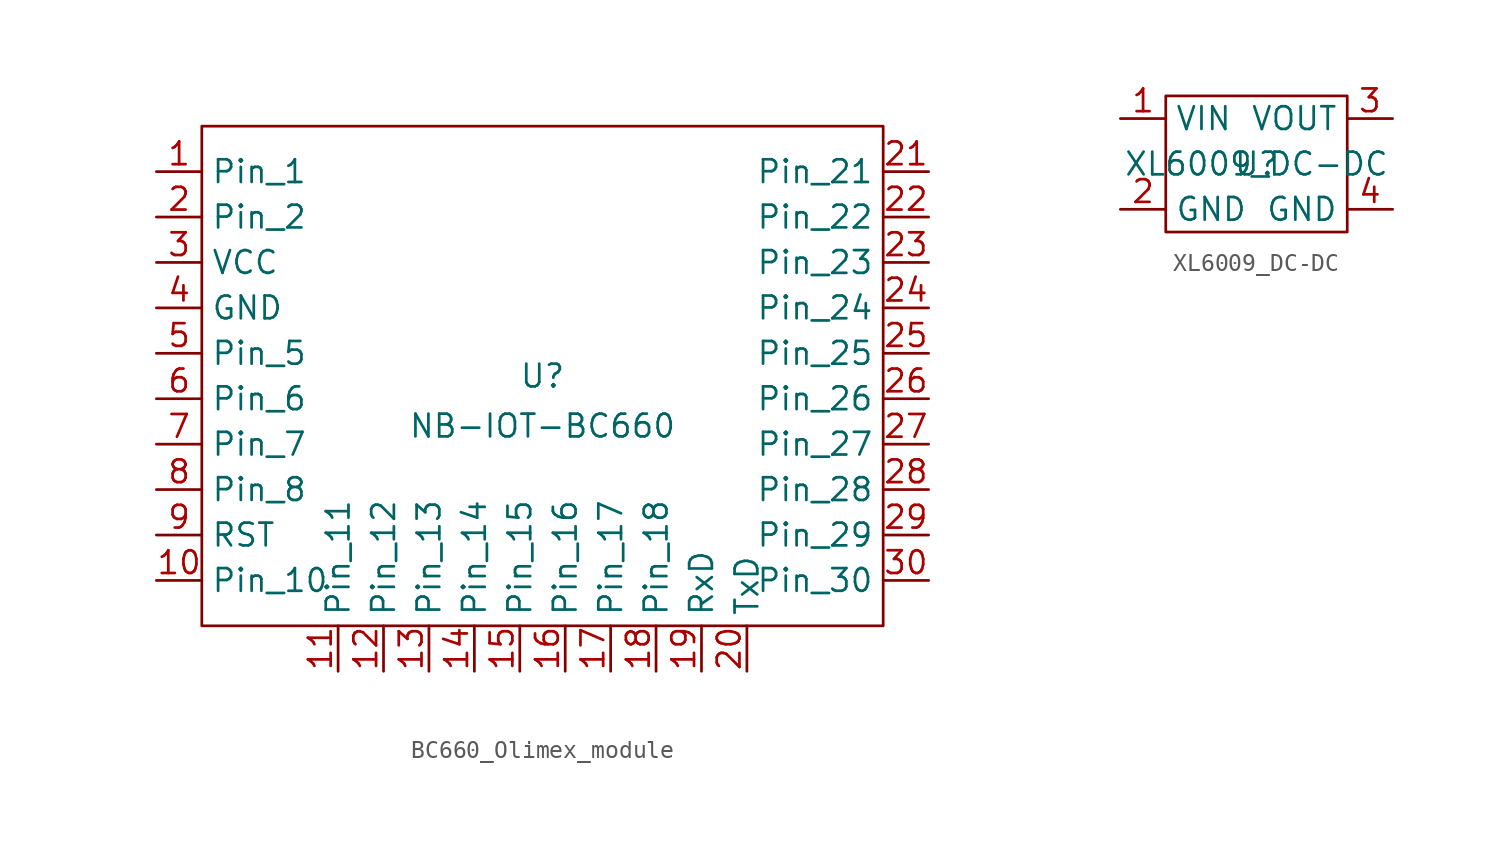
<source format=kicad_sym>
(kicad_symbol_lib
  (version 20231120)
  (generator "kicad_symbol_editor")
  (generator_version "8.0")
  (symbol "BC660_Olimex_module"
    (property "Reference" "U"
      (at 0 0 0)
      (effects (font (size 1.27 1.27))))
    (property "Value" "NB-IOT-BC660"
      (at 0 -2.794 0)
      (effects (font (size 1.27 1.27))))
    (symbol "BC660_Olimex_module_0_1"
      (rectangle (start -19.05 13.97) (end 19.05 -13.97) (stroke (width 0) (type default)) (fill (type none))))
    (symbol "BC660_Olimex_module_1_1"
      (pin input line (at -21.59 11.43 0) (length 2.54) (name "Pin_1" (effects (font (size 1.27 1.27)))) (number "1" (effects (font (size 1.27 1.27)))))
      (pin input line (at -21.59 -11.43 0) (length 2.54) (name "Pin_10" (effects (font (size 1.27 1.27)))) (number "10" (effects (font (size 1.27 1.27)))))
      (pin input line (at -11.43 -16.51 90) (length 2.54) (name "Pin_11" (effects (font (size 1.27 1.27)))) (number "11" (effects (font (size 1.27 1.27)))))
      (pin input line (at -8.89 -16.51 90) (length 2.54) (name "Pin_12" (effects (font (size 1.27 1.27)))) (number "12" (effects (font (size 1.27 1.27)))))
      (pin input line (at -6.35 -16.51 90) (length 2.54) (name "Pin_13" (effects (font (size 1.27 1.27)))) (number "13" (effects (font (size 1.27 1.27)))))
      (pin input line (at -3.81 -16.51 90) (length 2.54) (name "Pin_14" (effects (font (size 1.27 1.27)))) (number "14" (effects (font (size 1.27 1.27)))))
      (pin input line (at -1.27 -16.51 90) (length 2.54) (name "Pin_15" (effects (font (size 1.27 1.27)))) (number "15" (effects (font (size 1.27 1.27)))))
      (pin input line (at 1.27 -16.51 90) (length 2.54) (name "Pin_16" (effects (font (size 1.27 1.27)))) (number "16" (effects (font (size 1.27 1.27)))))
      (pin input line (at 3.81 -16.51 90) (length 2.54) (name "Pin_17" (effects (font (size 1.27 1.27)))) (number "17" (effects (font (size 1.27 1.27)))))
      (pin input line (at 6.35 -16.51 90) (length 2.54) (name "Pin_18" (effects (font (size 1.27 1.27)))) (number "18" (effects (font (size 1.27 1.27)))))
      (pin input line (at 8.89 -16.51 90) (length 2.54) (name "RxD" (effects (font (size 1.27 1.27)))) (number "19" (effects (font (size 1.27 1.27)))))
      (pin input line (at -21.59 8.89 0) (length 2.54) (name "Pin_2" (effects (font (size 1.27 1.27)))) (number "2" (effects (font (size 1.27 1.27)))))
      (pin output line (at 11.43 -16.51 90) (length 2.54) (name "TxD" (effects (font (size 1.27 1.27)))) (number "20" (effects (font (size 1.27 1.27)))))
      (pin input line (at 21.59 11.43 180) (length 2.54) (name "Pin_21" (effects (font (size 1.27 1.27)))) (number "21" (effects (font (size 1.27 1.27)))))
      (pin input line (at 21.59 8.89 180) (length 2.54) (name "Pin_22" (effects (font (size 1.27 1.27)))) (number "22" (effects (font (size 1.27 1.27)))))
      (pin input line (at 21.59 6.35 180) (length 2.54) (name "Pin_23" (effects (font (size 1.27 1.27)))) (number "23" (effects (font (size 1.27 1.27)))))
      (pin input line (at 21.59 3.81 180) (length 2.54) (name "Pin_24" (effects (font (size 1.27 1.27)))) (number "24" (effects (font (size 1.27 1.27)))))
      (pin input line (at 21.59 1.27 180) (length 2.54) (name "Pin_25" (effects (font (size 1.27 1.27)))) (number "25" (effects (font (size 1.27 1.27)))))
      (pin input line (at 21.59 -1.27 180) (length 2.54) (name "Pin_26" (effects (font (size 1.27 1.27)))) (number "26" (effects (font (size 1.27 1.27)))))
      (pin input line (at 21.59 -3.81 180) (length 2.54) (name "Pin_27" (effects (font (size 1.27 1.27)))) (number "27" (effects (font (size 1.27 1.27)))))
      (pin input line (at 21.59 -6.35 180) (length 2.54) (name "Pin_28" (effects (font (size 1.27 1.27)))) (number "28" (effects (font (size 1.27 1.27)))))
      (pin input line (at 21.59 -8.89 180) (length 2.54) (name "Pin_29" (effects (font (size 1.27 1.27)))) (number "29" (effects (font (size 1.27 1.27)))))
      (pin power_in line (at -21.59 6.35 0) (length 2.54) (name "VCC" (effects (font (size 1.27 1.27)))) (number "3" (effects (font (size 1.27 1.27)))))
      (pin input line (at 21.59 -11.43 180) (length 2.54) (name "Pin_30" (effects (font (size 1.27 1.27)))) (number "30" (effects (font (size 1.27 1.27)))))
      (pin power_in line (at -21.59 3.81 0) (length 2.54) (name "GND" (effects (font (size 1.27 1.27)))) (number "4" (effects (font (size 1.27 1.27)))))
      (pin input line (at -21.59 1.27 0) (length 2.54) (name "Pin_5" (effects (font (size 1.27 1.27)))) (number "5" (effects (font (size 1.27 1.27)))))
      (pin input line (at -21.59 -1.27 0) (length 2.54) (name "Pin_6" (effects (font (size 1.27 1.27)))) (number "6" (effects (font (size 1.27 1.27)))))
      (pin input line (at -21.59 -3.81 0) (length 2.54) (name "Pin_7" (effects (font (size 1.27 1.27)))) (number "7" (effects (font (size 1.27 1.27)))))
      (pin input line (at -21.59 -6.35 0) (length 2.54) (name "Pin_8" (effects (font (size 1.27 1.27)))) (number "8" (effects (font (size 1.27 1.27)))))
      (pin input line (at -21.59 -8.89 0) (length 2.54) (name "RST" (effects (font (size 1.27 1.27)))) (number "9" (effects (font (size 1.27 1.27)))))))
  (symbol "XL6009_DC-DC"
    (property "Reference" "U"
      (at 0 0 0)
      (effects (font (size 1.27 1.27))))
    (property "Value" "XL6009_DC-DC"
      (at 0 0 0)
      (effects (font (size 1.27 1.27))))
    (symbol "XL6009_DC-DC_0_1"
      (rectangle (start -5.08 3.81) (end 5.08 -3.81) (stroke (width 0) (type default)) (fill (type none))))
    (symbol "XL6009_DC-DC_1_1"
      (pin power_in line (at -7.62 2.54 0) (length 2.54) (name "VIN" (effects (font (size 1.27 1.27)))) (number "1" (effects (font (size 1.27 1.27)))))
      (pin power_in line (at -7.62 -2.54 0) (length 2.54) (name "GND" (effects (font (size 1.27 1.27)))) (number "2" (effects (font (size 1.27 1.27)))))
      (pin power_out line (at 7.62 2.54 180) (length 2.54) (name "VOUT" (effects (font (size 1.27 1.27)))) (number "3" (effects (font (size 1.27 1.27)))))
      (pin power_out line (at 7.62 -2.54 180) (length 2.54) (name "GND" (effects (font (size 1.27 1.27)))) (number "4" (effects (font (size 1.27 1.27))))))))
</source>
